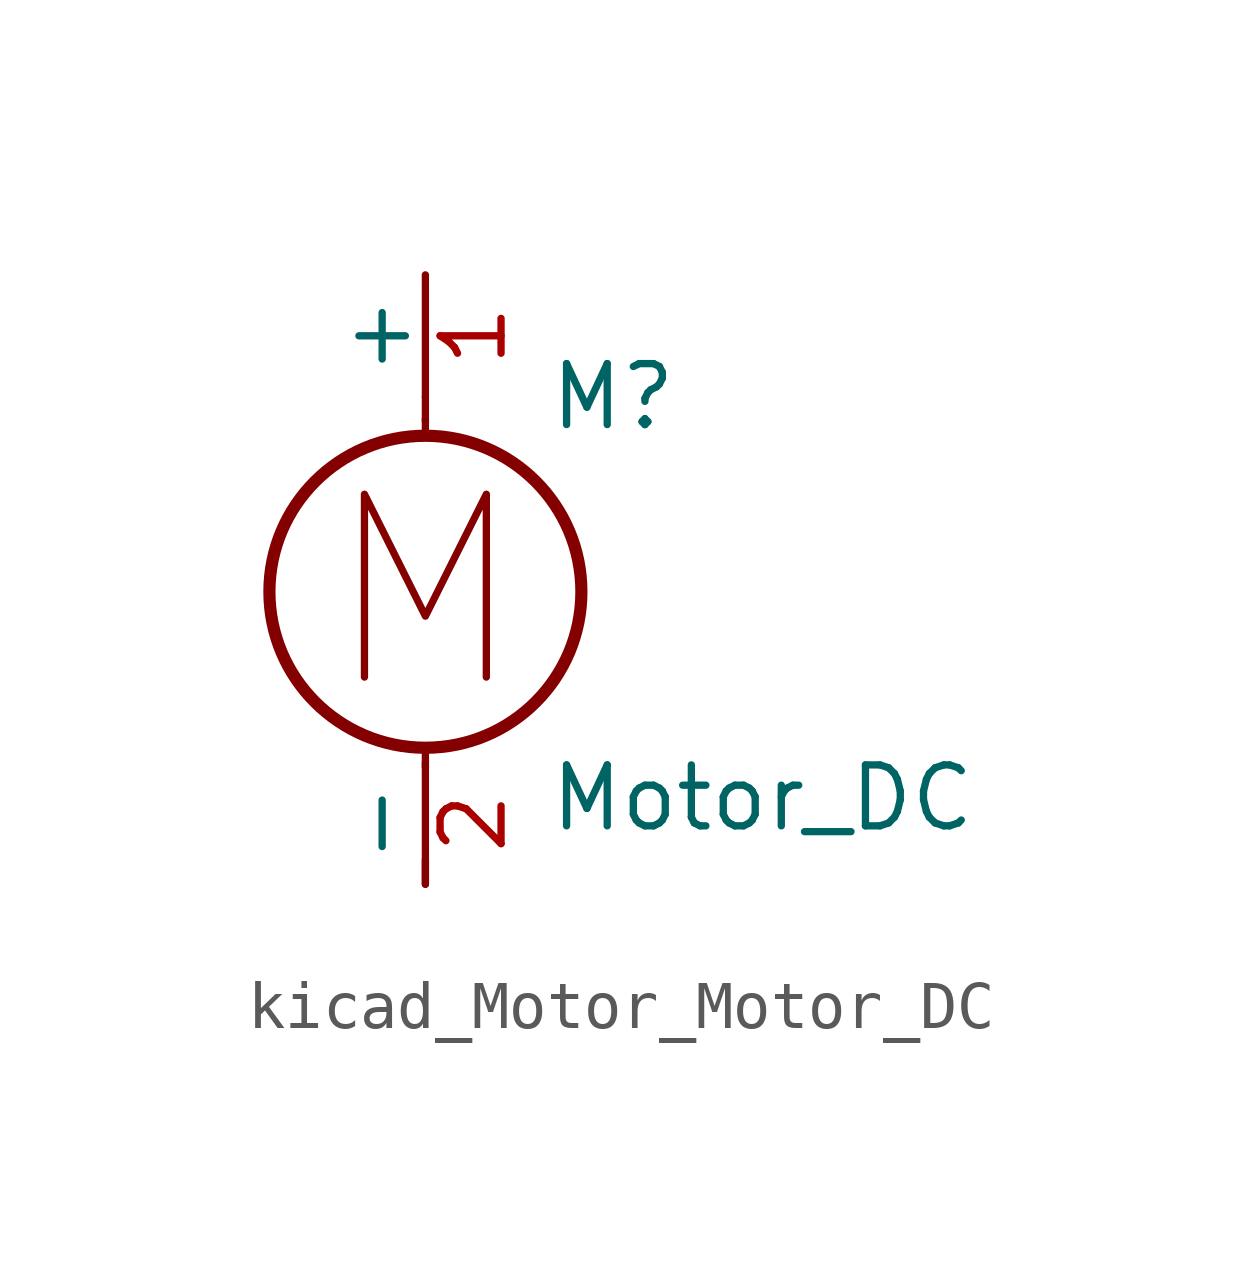
<source format=kicad_sym>
(kicad_symbol_lib
  (version 20220914)
  (generator kicad_symbol_editor)
  (symbol "kicad_Motor_Motor_DC"
    (pin_names
      (offset 0))
    (property "Reference" "M"
      (at 2.54 2.54 0)
      (effects (font (size 1.27 1.27)) (justify left)))
    (property "Value" "Motor_DC"
      (at 2.54 -5.08 0)
      (effects (font (size 1.27 1.27)) (justify left top)))
    (symbol "kicad_Motor_Motor_DC_0_0"
      (polyline (pts (xy -1.27 -3.302) (xy -1.27 0.508) (xy 0 -2.032) (xy 1.27 0.508) (xy 1.27 -3.302)) (stroke (width 0) (type default)) (fill (type none))))
    (symbol "kicad_Motor_Motor_DC_0_1"
      (circle (center 0 -1.524) (radius 3.251) (stroke (width 0.254) (type default)) (fill (type none)))
      (polyline (pts (xy 0 -7.62) (xy 0 -7.112)) (stroke (width 0) (type default)) (fill (type none)))
      (polyline (pts (xy 0 -4.775) (xy 0 -5.182)) (stroke (width 0) (type default)) (fill (type none)))
      (polyline (pts (xy 0 1.727) (xy 0 2.083)) (stroke (width 0) (type default)) (fill (type none)))
      (polyline (pts (xy 0 2.032) (xy 0 2.54)) (stroke (width 0) (type default)) (fill (type none))))
    (symbol "kicad_Motor_Motor_DC_1_1"
      (pin passive line (at 0 5.08 270) (length 2.54) (name "+" (effects (font (size 1.27 1.27)))) (number "1" (effects (font (size 1.27 1.27)))))
      (pin passive line (at 0 -7.62 90) (length 2.54) (name "-" (effects (font (size 1.27 1.27)))) (number "2" (effects (font (size 1.27 1.27))))))))
</source>
